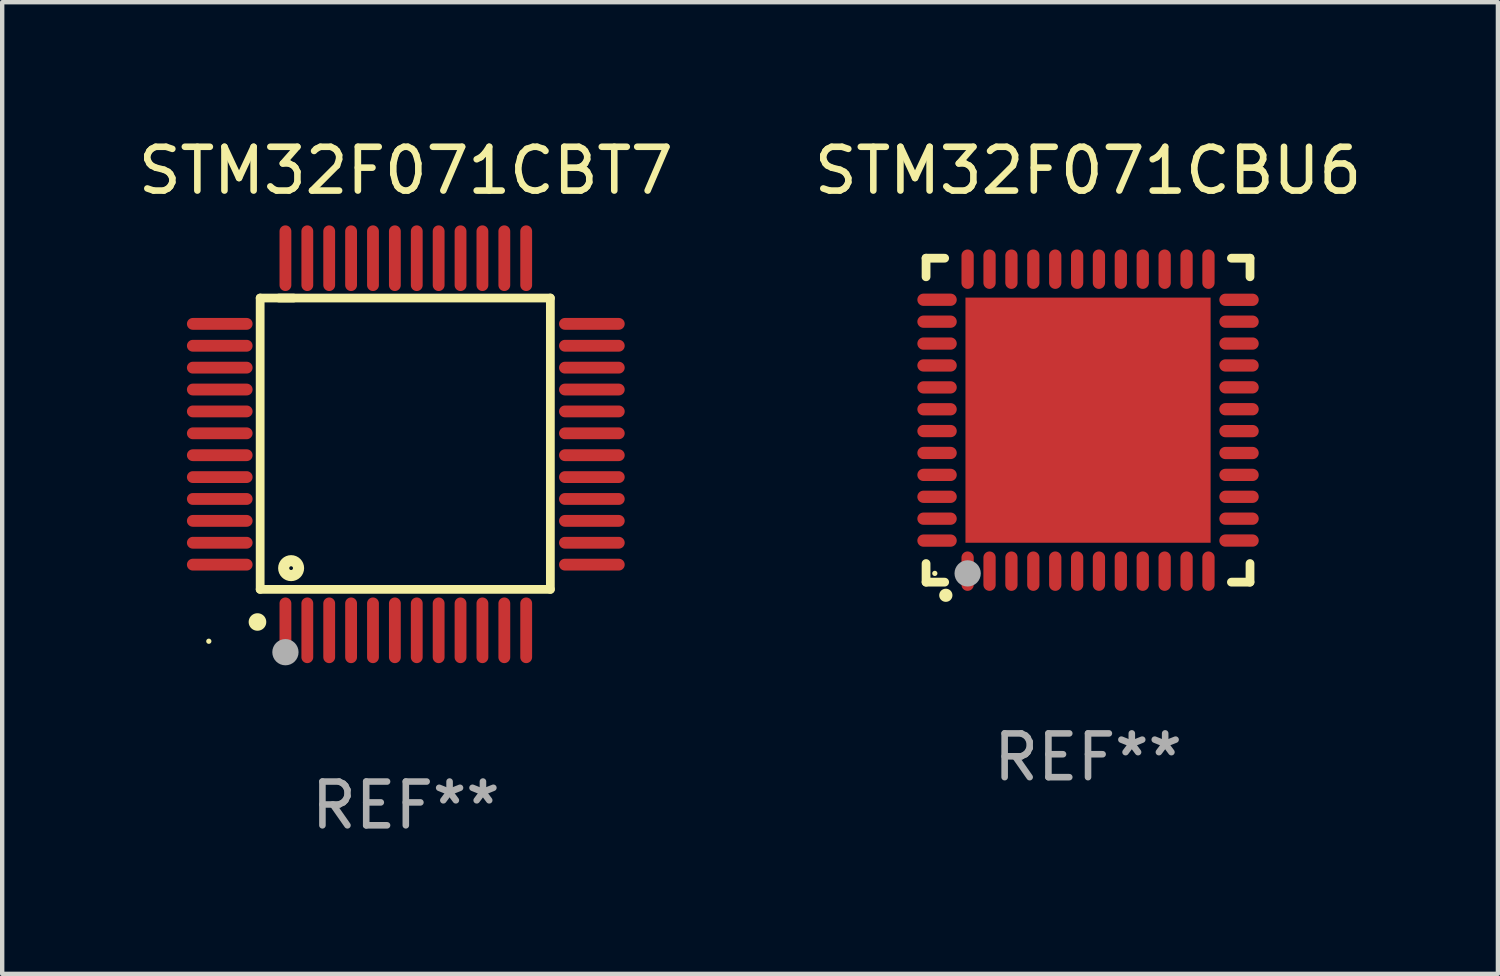
<source format=kicad_pcb>
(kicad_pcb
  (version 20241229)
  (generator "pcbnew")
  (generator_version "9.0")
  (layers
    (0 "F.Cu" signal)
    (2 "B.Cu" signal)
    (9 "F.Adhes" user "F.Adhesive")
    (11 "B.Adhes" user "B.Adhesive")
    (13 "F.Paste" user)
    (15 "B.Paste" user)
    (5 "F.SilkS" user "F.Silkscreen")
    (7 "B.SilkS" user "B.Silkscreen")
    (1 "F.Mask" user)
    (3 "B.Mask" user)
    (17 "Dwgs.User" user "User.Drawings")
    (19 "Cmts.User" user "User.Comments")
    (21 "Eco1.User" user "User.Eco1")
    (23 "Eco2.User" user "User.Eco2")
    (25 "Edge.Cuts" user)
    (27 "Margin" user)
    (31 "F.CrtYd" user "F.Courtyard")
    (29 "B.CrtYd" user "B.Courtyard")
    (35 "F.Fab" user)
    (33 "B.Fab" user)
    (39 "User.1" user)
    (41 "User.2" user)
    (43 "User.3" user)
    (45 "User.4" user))
  (footprint "STM32F071CBU6"
    (layer "F.Cu")
    (at 21.804 6.548)
    (property "Reference" "STM32F071CBU6" (at 0 -5.7 0) (layer "F.SilkS") (effects (font (size 1 1) (thickness 0.15))))
    (attr through_hole)
    (fp_line (start -3.7 -3.7) (end -3.275 -3.7) (stroke (width 0.2) (type solid)) (layer "F.SilkS"))
    (fp_line (start -3.7 -3.275) (end -3.7 -3.7) (stroke (width 0.2) (type solid)) (layer "F.SilkS"))
    (fp_line (start -3.7 3.7) (end -3.7 3.275) (stroke (width 0.2) (type solid)) (layer "F.SilkS"))
    (fp_line (start -3.275 3.7) (end -3.7 3.7) (stroke (width 0.2) (type solid)) (layer "F.SilkS"))
    (fp_line (start 3.7 -3.7) (end 3.275 -3.7) (stroke (width 0.2) (type solid)) (layer "F.SilkS"))
    (fp_line (start 3.7 -3.275) (end 3.7 -3.7) (stroke (width 0.2) (type solid)) (layer "F.SilkS"))
    (fp_line (start 3.7 3.275) (end 3.7 3.7) (stroke (width 0.2) (type solid)) (layer "F.SilkS"))
    (fp_line (start 3.7 3.7) (end 3.275 3.7) (stroke (width 0.2) (type solid)) (layer "F.SilkS"))
    (fp_arc (start -3.249936 3.999975) (mid -3.248666 3.99997) (end -3.247396 3.999975) (stroke (width 0.3) (type solid)) (layer "F.SilkS"))
    (fp_circle (center -3.5 3.5) (end -3.47 3.5) (stroke (width 0.06) (type solid)) (fill no) (layer "F.SilkS"))
    (fp_circle (center -2.75 3.5) (end -2.6 3.5) (stroke (width 0.3) (type solid)) (fill no) (layer "F.Fab"))
    (fp_text user "REF**" (at 0 7.7 0) (layer "F.Fab") (effects (font (size 1 1) (thickness 0.15))))
    (pad "1" smd oval (at -2.751 3.449) (size 0.28 0.9) (layers "F.Cu" "F.Mask" "F.Paste"))
    (pad "2" smd oval (at -2.25 3.449) (size 0.28 0.9) (layers "F.Cu" "F.Mask" "F.Paste"))
    (pad "3" smd oval (at -1.75 3.449) (size 0.28 0.9) (layers "F.Cu" "F.Mask" "F.Paste"))
    (pad "4" smd oval (at -1.25 3.449) (size 0.28 0.9) (layers "F.Cu" "F.Mask" "F.Paste"))
    (pad "5" smd oval (at -0.749 3.449) (size 0.28 0.9) (layers "F.Cu" "F.Mask" "F.Paste"))
    (pad "6" smd oval (at -0.249 3.449) (size 0.28 0.9) (layers "F.Cu" "F.Mask" "F.Paste"))
    (pad "7" smd oval (at 0.249 3.449) (size 0.28 0.9) (layers "F.Cu" "F.Mask" "F.Paste"))
    (pad "8" smd oval (at 0.749 3.449) (size 0.28 0.9) (layers "F.Cu" "F.Mask" "F.Paste"))
    (pad "9" smd oval (at 1.25 3.449) (size 0.28 0.9) (layers "F.Cu" "F.Mask" "F.Paste"))
    (pad "10" smd oval (at 1.75 3.449) (size 0.28 0.9) (layers "F.Cu" "F.Mask" "F.Paste"))
    (pad "11" smd oval (at 2.251 3.449) (size 0.28 0.9) (layers "F.Cu" "F.Mask" "F.Paste"))
    (pad "12" smd oval (at 2.751 3.449) (size 0.28 0.9) (layers "F.Cu" "F.Mask" "F.Paste"))
    (pad "13" smd oval (at 3.449 2.75) (size 0.9 0.28) (layers "F.Cu" "F.Mask" "F.Paste"))
    (pad "14" smd oval (at 3.449 2.25) (size 0.9 0.28) (layers "F.Cu" "F.Mask" "F.Paste"))
    (pad "15" smd oval (at 3.449 1.75) (size 0.9 0.28) (layers "F.Cu" "F.Mask" "F.Paste"))
    (pad "16" smd oval (at 3.449 1.25) (size 0.9 0.28) (layers "F.Cu" "F.Mask" "F.Paste"))
    (pad "17" smd oval (at 3.449 0.75) (size 0.9 0.28) (layers "F.Cu" "F.Mask" "F.Paste"))
    (pad "18" smd oval (at 3.449 0.25) (size 0.9 0.28) (layers "F.Cu" "F.Mask" "F.Paste"))
    (pad "19" smd oval (at 3.449 -0.25) (size 0.9 0.28) (layers "F.Cu" "F.Mask" "F.Paste"))
    (pad "20" smd oval (at 3.449 -0.75) (size 0.9 0.28) (layers "F.Cu" "F.Mask" "F.Paste"))
    (pad "21" smd oval (at 3.449 -1.25) (size 0.9 0.28) (layers "F.Cu" "F.Mask" "F.Paste"))
    (pad "22" smd oval (at 3.449 -1.75) (size 0.9 0.28) (layers "F.Cu" "F.Mask" "F.Paste"))
    (pad "23" smd oval (at 3.449 -2.25) (size 0.9 0.28) (layers "F.Cu" "F.Mask" "F.Paste"))
    (pad "24" smd oval (at 3.449 -2.75) (size 0.9 0.28) (layers "F.Cu" "F.Mask" "F.Paste"))
    (pad "25" smd oval (at 2.751 -3.449) (size 0.28 0.9) (layers "F.Cu" "F.Mask" "F.Paste"))
    (pad "26" smd oval (at 2.251 -3.449) (size 0.28 0.9) (layers "F.Cu" "F.Mask" "F.Paste"))
    (pad "27" smd oval (at 1.75 -3.449) (size 0.28 0.9) (layers "F.Cu" "F.Mask" "F.Paste"))
    (pad "28" smd oval (at 1.25 -3.449) (size 0.28 0.9) (layers "F.Cu" "F.Mask" "F.Paste"))
    (pad "29" smd oval (at 0.749 -3.449) (size 0.28 0.9) (layers "F.Cu" "F.Mask" "F.Paste"))
    (pad "30" smd oval (at 0.249 -3.449) (size 0.28 0.9) (layers "F.Cu" "F.Mask" "F.Paste"))
    (pad "31" smd oval (at -0.249 -3.449) (size 0.28 0.9) (layers "F.Cu" "F.Mask" "F.Paste"))
    (pad "32" smd oval (at -0.749 -3.449) (size 0.28 0.9) (layers "F.Cu" "F.Mask" "F.Paste"))
    (pad "33" smd oval (at -1.25 -3.449) (size 0.28 0.9) (layers "F.Cu" "F.Mask" "F.Paste"))
    (pad "34" smd oval (at -1.75 -3.449) (size 0.28 0.9) (layers "F.Cu" "F.Mask" "F.Paste"))
    (pad "35" smd oval (at -2.25 -3.449) (size 0.28 0.9) (layers "F.Cu" "F.Mask" "F.Paste"))
    (pad "36" smd oval (at -2.751 -3.449) (size 0.28 0.9) (layers "F.Cu" "F.Mask" "F.Paste"))
    (pad "37" smd oval (at -3.449 -2.751) (size 0.9 0.28) (layers "F.Cu" "F.Mask" "F.Paste"))
    (pad "38" smd oval (at -3.449 -2.25) (size 0.9 0.28) (layers "F.Cu" "F.Mask" "F.Paste"))
    (pad "39" smd oval (at -3.449 -1.75) (size 0.9 0.28) (layers "F.Cu" "F.Mask" "F.Paste"))
    (pad "40" smd oval (at -3.449 -1.25) (size 0.9 0.28) (layers "F.Cu" "F.Mask" "F.Paste"))
    (pad "41" smd oval (at -3.449 -0.749) (size 0.9 0.28) (layers "F.Cu" "F.Mask" "F.Paste"))
    (pad "42" smd oval (at -3.449 -0.249) (size 0.9 0.28) (layers "F.Cu" "F.Mask" "F.Paste"))
    (pad "43" smd oval (at -3.449 0.249) (size 0.9 0.28) (layers "F.Cu" "F.Mask" "F.Paste"))
    (pad "44" smd oval (at -3.449 0.749) (size 0.9 0.28) (layers "F.Cu" "F.Mask" "F.Paste"))
    (pad "45" smd oval (at -3.449 1.25) (size 0.9 0.28) (layers "F.Cu" "F.Mask" "F.Paste"))
    (pad "46" smd oval (at -3.449 1.75) (size 0.9 0.28) (layers "F.Cu" "F.Mask" "F.Paste"))
    (pad "47" smd oval (at -3.449 2.25) (size 0.9 0.28) (layers "F.Cu" "F.Mask" "F.Paste"))
    (pad "48" smd oval (at -3.449 2.751) (size 0.9 0.28) (layers "F.Cu" "F.Mask" "F.Paste"))
    (pad "49" smd rect (at 0.000076 -0.000025) (size 5.6 5.6) (layers "F.Cu" "F.Mask" "F.Paste")))
  (footprint "STM32F071CBT7"
    (layer "F.Cu")
    (at 6.22 7.098)
    (property "Reference" "STM32F071CBT7" (at 0 -6.25 0) (layer "F.SilkS") (effects (font (size 1 1) (thickness 0.15))))
    (attr through_hole)
    (fp_line (start -3.327 -3.34) (end -2.565 -3.34) (stroke (width 0.2) (type solid)) (layer "F.SilkS"))
    (fp_line (start -3.327 3.315) (end -3.327 -3.34) (stroke (width 0.2) (type solid)) (layer "F.SilkS"))
    (fp_line (start -2.896 -3.34) (end 3.302 -3.34) (stroke (width 0.2) (type solid)) (layer "F.SilkS"))
    (fp_line (start 3.302 -3.34) (end 3.302 3.315) (stroke (width 0.2) (type solid)) (layer "F.SilkS"))
    (fp_line (start 3.302 3.315) (end -3.327 3.315) (stroke (width 0.2) (type solid)) (layer "F.SilkS"))
    (fp_arc (start -3.389992 4.059995) (mid -3.388722 4.059991) (end -3.387452 4.059995) (stroke (width 0.4) (type solid)) (layer "F.SilkS"))
    (fp_circle (center -4.5 4.5) (end -4.47 4.5) (stroke (width 0.06) (type solid)) (fill no) (layer "F.SilkS"))
    (fp_circle (center -2.62 2.83) (end -2.45 2.83) (stroke (width 0.254) (type solid)) (fill no) (layer "F.SilkS"))
    (fp_circle (center -2.75 4.75) (end -2.6 4.75) (stroke (width 0.3) (type solid)) (fill no) (layer "F.Fab"))
    (fp_text user "REF**" (at 0 8.25 0) (layer "F.Fab") (effects (font (size 1 1) (thickness 0.15))))
    (pad "1" smd oval (at -2.75 4.25) (size 0.27 1.5) (layers "F.Cu" "F.Mask" "F.Paste"))
    (pad "2" smd oval (at -2.25 4.25) (size 0.27 1.5) (layers "F.Cu" "F.Mask" "F.Paste"))
    (pad "3" smd oval (at -1.75 4.25) (size 0.27 1.5) (layers "F.Cu" "F.Mask" "F.Paste"))
    (pad "4" smd oval (at -1.25 4.25) (size 0.27 1.5) (layers "F.Cu" "F.Mask" "F.Paste"))
    (pad "5" smd oval (at -0.75 4.25) (size 0.27 1.5) (layers "F.Cu" "F.Mask" "F.Paste"))
    (pad "6" smd oval (at -0.25 4.25) (size 0.27 1.5) (layers "F.Cu" "F.Mask" "F.Paste"))
    (pad "7" smd oval (at 0.25 4.25) (size 0.27 1.5) (layers "F.Cu" "F.Mask" "F.Paste"))
    (pad "8" smd oval (at 0.75 4.25) (size 0.27 1.5) (layers "F.Cu" "F.Mask" "F.Paste"))
    (pad "9" smd oval (at 1.25 4.25) (size 0.27 1.5) (layers "F.Cu" "F.Mask" "F.Paste"))
    (pad "10" smd oval (at 1.75 4.25) (size 0.27 1.5) (layers "F.Cu" "F.Mask" "F.Paste"))
    (pad "11" smd oval (at 2.25 4.25) (size 0.27 1.5) (layers "F.Cu" "F.Mask" "F.Paste"))
    (pad "12" smd oval (at 2.75 4.25) (size 0.27 1.5) (layers "F.Cu" "F.Mask" "F.Paste"))
    (pad "13" smd oval (at 4.25 2.75) (size 1.5 0.27) (layers "F.Cu" "F.Mask" "F.Paste"))
    (pad "14" smd oval (at 4.25 2.25) (size 1.5 0.27) (layers "F.Cu" "F.Mask" "F.Paste"))
    (pad "15" smd oval (at 4.25 1.75) (size 1.5 0.27) (layers "F.Cu" "F.Mask" "F.Paste"))
    (pad "16" smd oval (at 4.25 1.25) (size 1.5 0.27) (layers "F.Cu" "F.Mask" "F.Paste"))
    (pad "17" smd oval (at 4.25 0.75) (size 1.5 0.27) (layers "F.Cu" "F.Mask" "F.Paste"))
    (pad "18" smd oval (at 4.25 0.25) (size 1.5 0.27) (layers "F.Cu" "F.Mask" "F.Paste"))
    (pad "19" smd oval (at 4.25 -0.25) (size 1.5 0.27) (layers "F.Cu" "F.Mask" "F.Paste"))
    (pad "20" smd oval (at 4.25 -0.75) (size 1.5 0.27) (layers "F.Cu" "F.Mask" "F.Paste"))
    (pad "21" smd oval (at 4.25 -1.25) (size 1.5 0.27) (layers "F.Cu" "F.Mask" "F.Paste"))
    (pad "22" smd oval (at 4.25 -1.75) (size 1.5 0.27) (layers "F.Cu" "F.Mask" "F.Paste"))
    (pad "23" smd oval (at 4.25 -2.25) (size 1.5 0.27) (layers "F.Cu" "F.Mask" "F.Paste"))
    (pad "24" smd oval (at 4.25 -2.75) (size 1.5 0.27) (layers "F.Cu" "F.Mask" "F.Paste"))
    (pad "25" smd oval (at 2.75 -4.25) (size 0.27 1.5) (layers "F.Cu" "F.Mask" "F.Paste"))
    (pad "26" smd oval (at 2.25 -4.25) (size 0.27 1.5) (layers "F.Cu" "F.Mask" "F.Paste"))
    (pad "27" smd oval (at 1.75 -4.25) (size 0.27 1.5) (layers "F.Cu" "F.Mask" "F.Paste"))
    (pad "28" smd oval (at 1.25 -4.25) (size 0.27 1.5) (layers "F.Cu" "F.Mask" "F.Paste"))
    (pad "29" smd oval (at 0.75 -4.25) (size 0.27 1.5) (layers "F.Cu" "F.Mask" "F.Paste"))
    (pad "30" smd oval (at 0.25 -4.25) (size 0.27 1.5) (layers "F.Cu" "F.Mask" "F.Paste"))
    (pad "31" smd oval (at -0.25 -4.25) (size 0.27 1.5) (layers "F.Cu" "F.Mask" "F.Paste"))
    (pad "32" smd oval (at -0.75 -4.25) (size 0.27 1.5) (layers "F.Cu" "F.Mask" "F.Paste"))
    (pad "33" smd oval (at -1.25 -4.25) (size 0.27 1.5) (layers "F.Cu" "F.Mask" "F.Paste"))
    (pad "34" smd oval (at -1.75 -4.25) (size 0.27 1.5) (layers "F.Cu" "F.Mask" "F.Paste"))
    (pad "35" smd oval (at -2.25 -4.25) (size 0.27 1.5) (layers "F.Cu" "F.Mask" "F.Paste"))
    (pad "36" smd oval (at -2.75 -4.25) (size 0.27 1.5) (layers "F.Cu" "F.Mask" "F.Paste"))
    (pad "37" smd oval (at -4.25 -2.75) (size 1.5 0.27) (layers "F.Cu" "F.Mask" "F.Paste"))
    (pad "38" smd oval (at -4.25 -2.25) (size 1.5 0.27) (layers "F.Cu" "F.Mask" "F.Paste"))
    (pad "39" smd oval (at -4.25 -1.75) (size 1.5 0.27) (layers "F.Cu" "F.Mask" "F.Paste"))
    (pad "40" smd oval (at -4.25 -1.25) (size 1.5 0.27) (layers "F.Cu" "F.Mask" "F.Paste"))
    (pad "41" smd oval (at -4.25 -0.75) (size 1.5 0.27) (layers "F.Cu" "F.Mask" "F.Paste"))
    (pad "42" smd oval (at -4.25 -0.25) (size 1.5 0.27) (layers "F.Cu" "F.Mask" "F.Paste"))
    (pad "43" smd oval (at -4.25 0.25) (size 1.5 0.27) (layers "F.Cu" "F.Mask" "F.Paste"))
    (pad "44" smd oval (at -4.25 0.75) (size 1.5 0.27) (layers "F.Cu" "F.Mask" "F.Paste"))
    (pad "45" smd oval (at -4.25 1.25) (size 1.5 0.27) (layers "F.Cu" "F.Mask" "F.Paste"))
    (pad "46" smd oval (at -4.25 1.75) (size 1.5 0.27) (layers "F.Cu" "F.Mask" "F.Paste"))
    (pad "47" smd oval (at -4.25 2.25) (size 1.5 0.27) (layers "F.Cu" "F.Mask" "F.Paste"))
    (pad "48" smd oval (at -4.25 2.75) (size 1.5 0.27) (layers "F.Cu" "F.Mask" "F.Paste")))
  (gr_rect
    (start -3 -3)
    (end 31.167 19.196)
    (stroke (width 0.1) (type default))
    (fill no)
    (layer "Edge.Cuts")))
</source>
